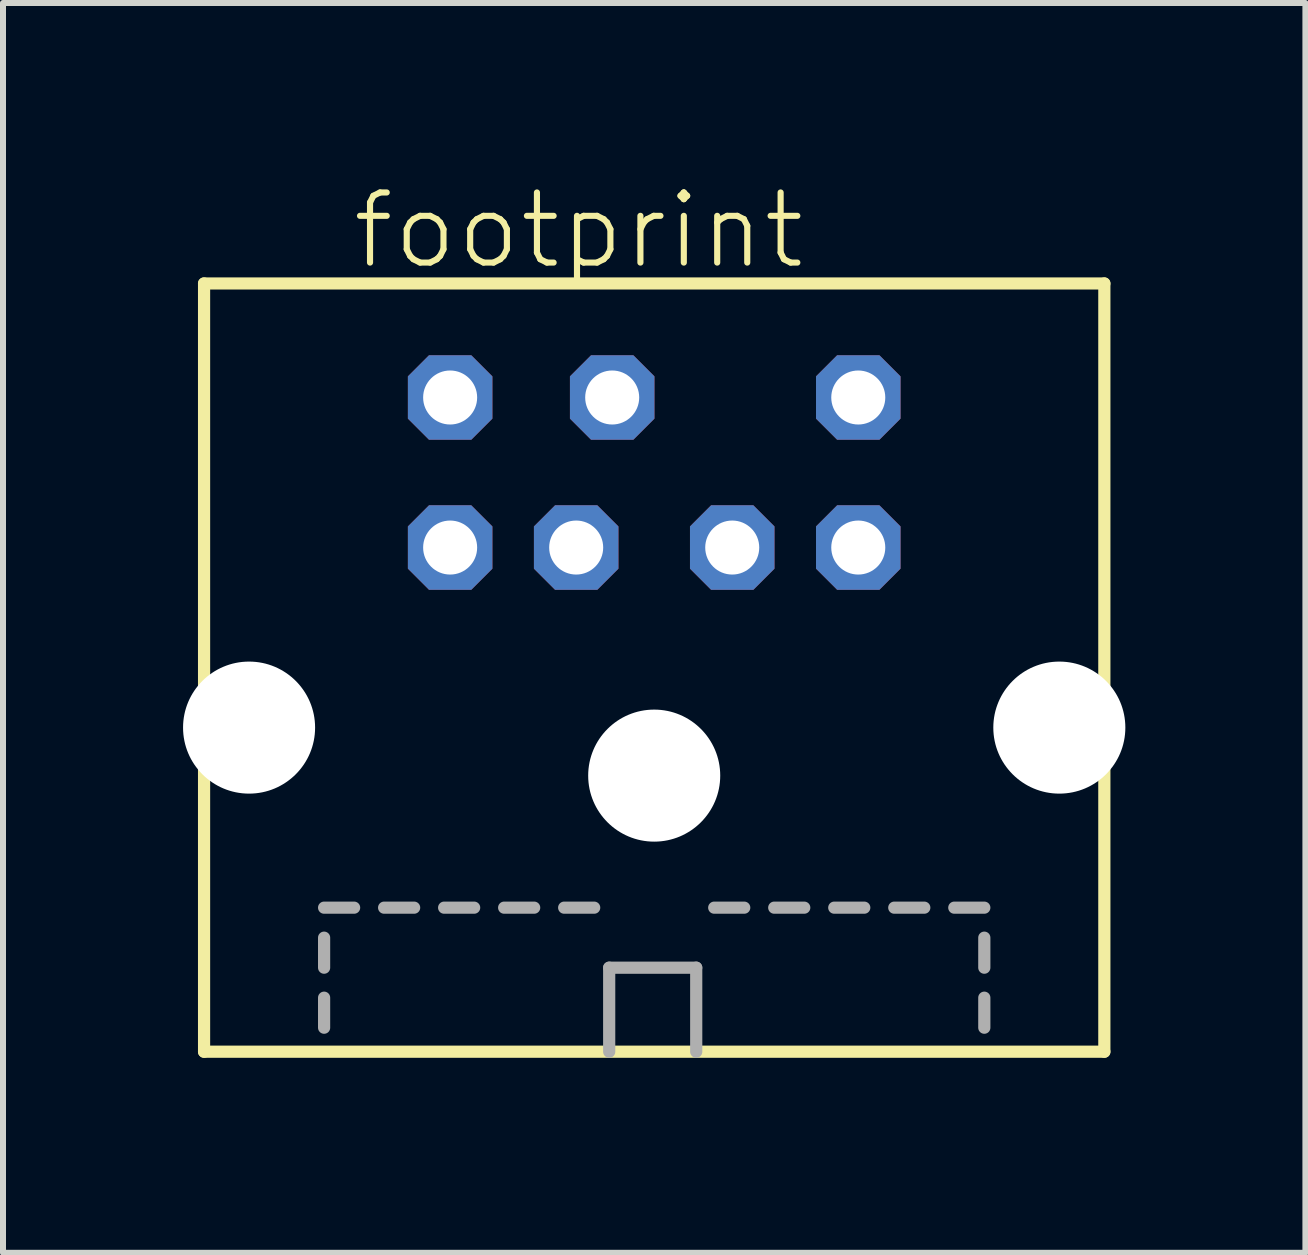
<source format=kicad_pcb>
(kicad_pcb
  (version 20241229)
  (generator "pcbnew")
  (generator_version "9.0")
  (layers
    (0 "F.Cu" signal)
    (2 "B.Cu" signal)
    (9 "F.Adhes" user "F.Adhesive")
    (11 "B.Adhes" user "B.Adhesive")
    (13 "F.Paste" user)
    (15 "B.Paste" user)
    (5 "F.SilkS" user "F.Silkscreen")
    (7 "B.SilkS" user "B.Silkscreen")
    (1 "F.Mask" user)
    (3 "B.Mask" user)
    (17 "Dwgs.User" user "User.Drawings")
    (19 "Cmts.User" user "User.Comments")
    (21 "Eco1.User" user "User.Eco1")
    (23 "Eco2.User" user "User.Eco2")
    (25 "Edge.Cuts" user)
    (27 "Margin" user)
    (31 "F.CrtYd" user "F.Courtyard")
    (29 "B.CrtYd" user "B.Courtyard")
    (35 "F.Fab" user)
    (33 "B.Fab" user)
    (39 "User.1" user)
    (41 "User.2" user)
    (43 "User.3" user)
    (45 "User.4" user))
  (footprint "footprint"
    (layer "F.Cu")
    (at 7.85 14.573)
    (property "Reference" "footprint" (at -5.08 -13.1 0) (layer "F.SilkS") (effects (font (size 1.168 1.168) (thickness 0.102)) (justify left bottom)))
    (fp_line (start -7.5 -12.9) (end -7.5 -0.1) (stroke (width 0.203) (type solid)) (layer "F.SilkS"))
    (fp_line (start -7.5 -0.1) (end 7.5 -0.1) (stroke (width 0.203) (type solid)) (layer "F.SilkS"))
    (fp_line (start 7.5 -12.9) (end -7.5 -12.9) (stroke (width 0.203) (type solid)) (layer "F.SilkS"))
    (fp_line (start 7.5 -0.1) (end 7.5 -12.9) (stroke (width 0.203) (type solid)) (layer "F.SilkS"))
    (fp_line (start -5.5 -2.5) (end -5 -2.5) (stroke (width 0.203) (type solid)) (layer "F.Fab"))
    (fp_line (start -5.5 -1.5) (end -5.5 -2) (stroke (width 0.203) (type solid)) (layer "F.Fab"))
    (fp_line (start -5.5 -0.5) (end -5.5 -1) (stroke (width 0.203) (type solid)) (layer "F.Fab"))
    (fp_line (start -4.5 -2.5) (end -4 -2.5) (stroke (width 0.203) (type solid)) (layer "F.Fab"))
    (fp_line (start -3.5 -2.5) (end -3 -2.5) (stroke (width 0.203) (type solid)) (layer "F.Fab"))
    (fp_line (start -2.5 -2.5) (end -2 -2.5) (stroke (width 0.203) (type solid)) (layer "F.Fab"))
    (fp_line (start -1.5 -2.5) (end -1 -2.5) (stroke (width 0.203) (type solid)) (layer "F.Fab"))
    (fp_line (start -0.75 -1.5) (end 0.7 -1.5) (stroke (width 0.203) (type solid)) (layer "F.Fab"))
    (fp_line (start -0.75 -0.1) (end -0.75 -1.5) (stroke (width 0.203) (type solid)) (layer "F.Fab"))
    (fp_line (start 0.7 -1.5) (end 0.7 -0.1) (stroke (width 0.203) (type solid)) (layer "F.Fab"))
    (fp_line (start 1 -2.5) (end 1.5 -2.5) (stroke (width 0.203) (type solid)) (layer "F.Fab"))
    (fp_line (start 2 -2.5) (end 2.5 -2.5) (stroke (width 0.203) (type solid)) (layer "F.Fab"))
    (fp_line (start 3 -2.5) (end 3.5 -2.5) (stroke (width 0.203) (type solid)) (layer "F.Fab"))
    (fp_line (start 4 -2.5) (end 4.5 -2.5) (stroke (width 0.203) (type solid)) (layer "F.Fab"))
    (fp_line (start 5 -2.5) (end 5.5 -2.5) (stroke (width 0.203) (type solid)) (layer "F.Fab"))
    (fp_line (start 5.5 -1.5) (end 5.5 -2) (stroke (width 0.203) (type solid)) (layer "F.Fab"))
    (fp_line (start 5.5 -0.5) (end 5.5 -1) (stroke (width 0.203) (type solid)) (layer "F.Fab"))
    (pad "" np_thru_hole circle (at -6.75 -5.5) (size 2.2 2.2) (drill 2.2) (layers "*.Cu" "*.Mask"))
    (pad "" np_thru_hole circle (at 0 -4.7) (size 2.2 2.2) (drill 2.2) (layers "*.Cu" "*.Mask"))
    (pad "" np_thru_hole circle (at 6.75 -5.5) (size 2.2 2.2) (drill 2.2) (layers "*.Cu" "*.Mask"))
    (pad "1" thru_hole roundrect (at 1.3 -8.5) (size 1.408 1.408) (drill 0.9) (layers "*.Cu" "*.Mask") (roundrect_rratio 0.25) (chamfer_ratio 0.25) (chamfer top_left top_right bottom_left bottom_right))
    (pad "2" thru_hole roundrect (at -1.3 -8.5) (size 1.408 1.408) (drill 0.9) (layers "*.Cu" "*.Mask") (roundrect_rratio 0.25) (chamfer_ratio 0.25) (chamfer top_left top_right bottom_left bottom_right))
    (pad "3" thru_hole roundrect (at 3.4 -8.5) (size 1.408 1.408) (drill 0.9) (layers "*.Cu" "*.Mask") (roundrect_rratio 0.25) (chamfer_ratio 0.25) (chamfer top_left top_right bottom_left bottom_right))
    (pad "4" thru_hole roundrect (at -3.4 -8.5) (size 1.408 1.408) (drill 0.9) (layers "*.Cu" "*.Mask") (roundrect_rratio 0.25) (chamfer_ratio 0.25) (chamfer top_left top_right bottom_left bottom_right))
    (pad "5" thru_hole roundrect (at 3.4 -11) (size 1.408 1.408) (drill 0.9) (layers "*.Cu" "*.Mask") (roundrect_rratio 0.25) (chamfer_ratio 0.25) (chamfer top_left top_right bottom_left bottom_right))
    (pad "6" thru_hole roundrect (at -0.7 -11) (size 1.408 1.408) (drill 0.9) (layers "*.Cu" "*.Mask") (roundrect_rratio 0.25) (chamfer_ratio 0.25) (chamfer top_left top_right bottom_left bottom_right))
    (pad "7" thru_hole roundrect (at -3.4 -11) (size 1.408 1.408) (drill 0.9) (layers "*.Cu" "*.Mask") (roundrect_rratio 0.25) (chamfer_ratio 0.25) (chamfer top_left top_right bottom_left bottom_right)))
  (gr_rect
    (start -3 -3)
    (end 18.7 17.823)
    (stroke (width 0.1) (type default))
    (fill no)
    (layer "Edge.Cuts")))
</source>
